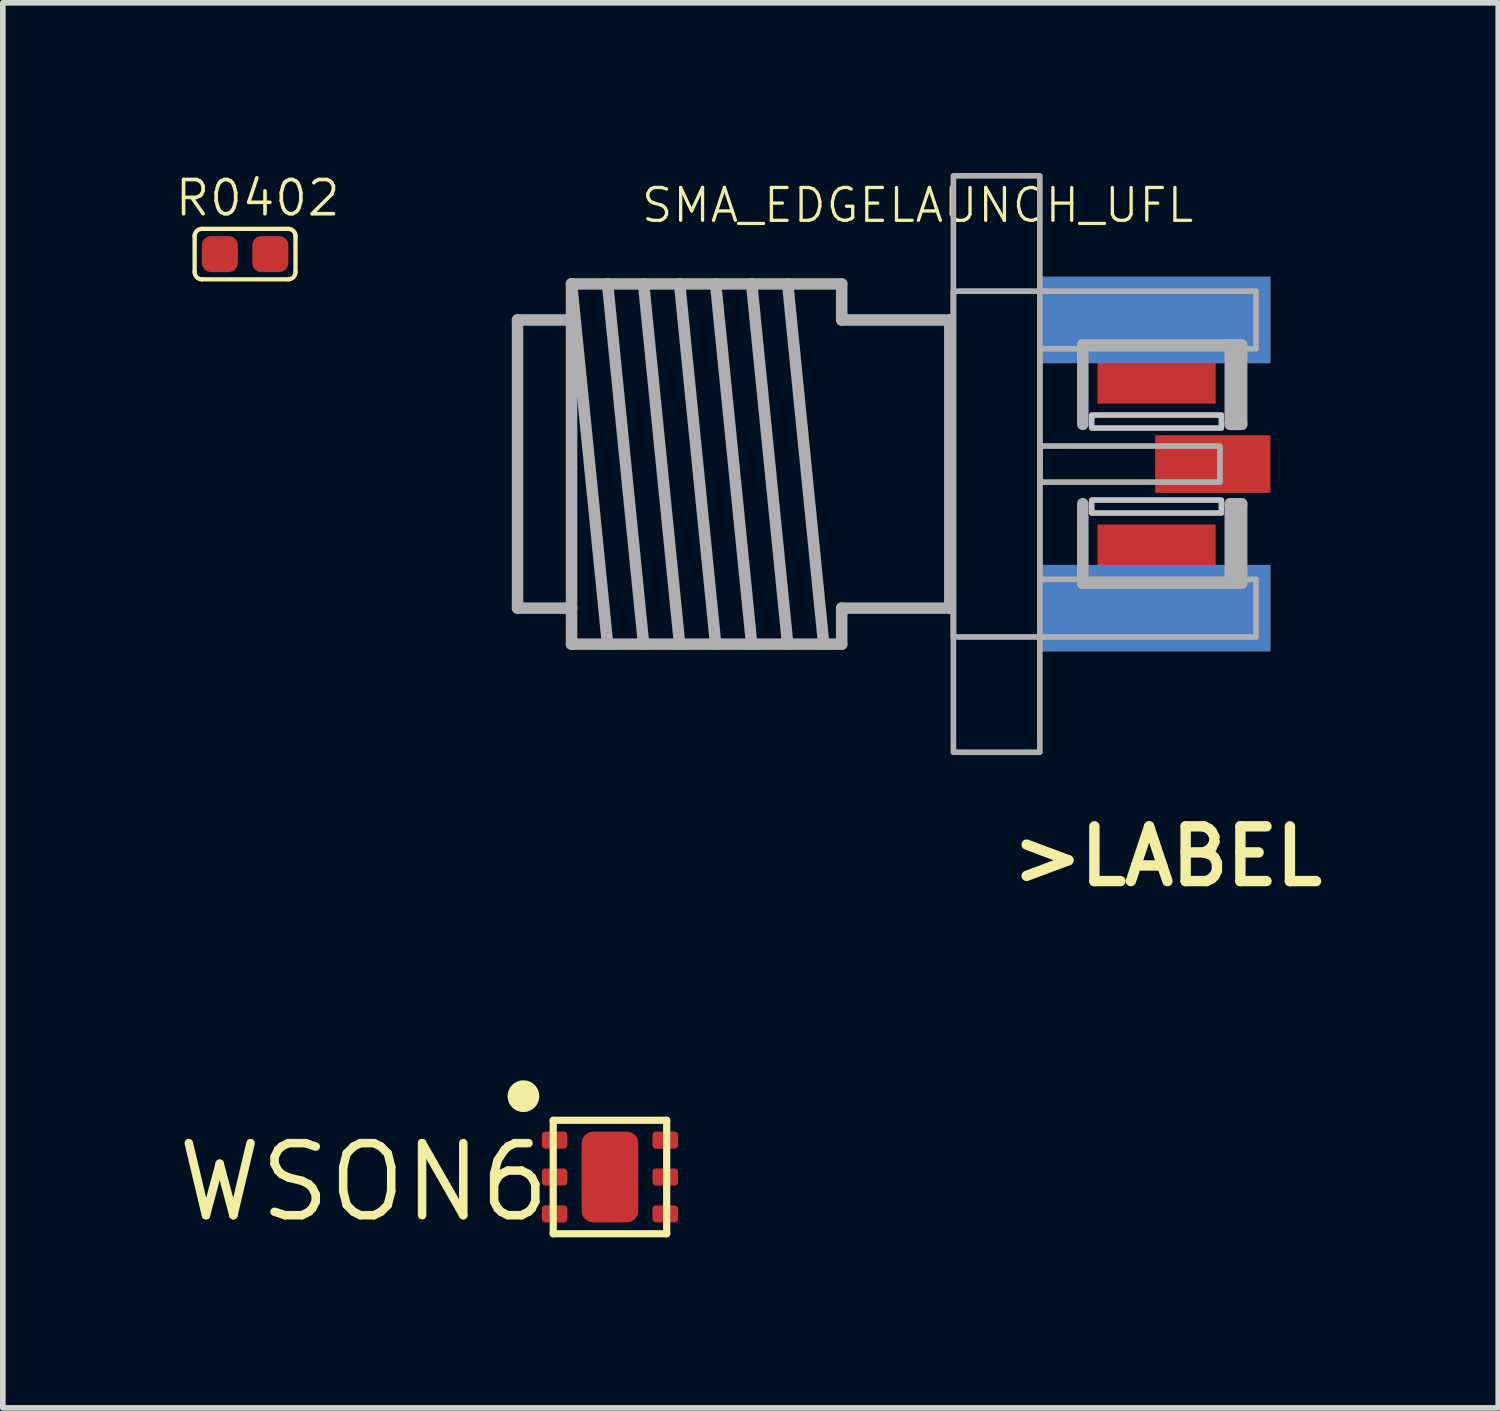
<source format=kicad_pcb>
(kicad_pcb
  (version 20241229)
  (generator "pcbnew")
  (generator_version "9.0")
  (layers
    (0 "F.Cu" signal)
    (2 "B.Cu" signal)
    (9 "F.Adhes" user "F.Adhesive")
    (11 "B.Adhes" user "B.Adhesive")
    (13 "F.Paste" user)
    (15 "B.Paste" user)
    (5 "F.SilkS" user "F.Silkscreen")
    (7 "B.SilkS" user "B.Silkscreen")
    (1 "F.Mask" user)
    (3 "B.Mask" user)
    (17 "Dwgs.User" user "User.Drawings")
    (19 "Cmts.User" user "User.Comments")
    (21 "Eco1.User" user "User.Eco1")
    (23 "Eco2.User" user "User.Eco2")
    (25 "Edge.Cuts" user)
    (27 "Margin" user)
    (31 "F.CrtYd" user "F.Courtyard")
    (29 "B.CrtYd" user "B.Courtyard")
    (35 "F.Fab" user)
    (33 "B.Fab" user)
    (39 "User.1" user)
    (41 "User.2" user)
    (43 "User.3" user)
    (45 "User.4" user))
  (footprint "WSON6"
    (layer "F.Cu")
    (at 6.727 17.048)
    (property "Reference" "WSON6" (at 0 0 0) (layer "F.SilkS") (effects (font (size 1.27 1.27) (thickness 0.15)) (justify right top)))
    (attr through_hole)
    (fp_line (start -0.025 1.65) (end -0.025 -0.35) (stroke (width 0.127) (type solid)) (layer "F.SilkS"))
    (fp_line (start 1.975 -0.35) (end -0.025 -0.35) (stroke (width 0.127) (type solid)) (layer "F.SilkS"))
    (fp_line (start 1.975 -0.35) (end 1.975 1.65) (stroke (width 0.127) (type solid)) (layer "F.SilkS"))
    (fp_line (start 1.975 1.65) (end -0.025 1.65) (stroke (width 0.127) (type solid)) (layer "F.SilkS"))
    (fp_circle (center -0.55 -0.775) (end -0.41 -0.775) (stroke (width 0.28) (type solid)) (fill no) (layer "F.SilkS"))
    (pad "P$1" smd roundrect (at 0 0) (size 0.45 0.3) (layers "F.Cu" "F.Mask" "F.Paste") (roundrect_rratio 0.2))
    (pad "P$2" smd roundrect (at 0 0.65) (size 0.45 0.3) (layers "F.Cu" "F.Mask" "F.Paste") (roundrect_rratio 0.2))
    (pad "P$3" smd roundrect (at 0 1.3) (size 0.45 0.3) (layers "F.Cu" "F.Mask" "F.Paste") (roundrect_rratio 0.2))
    (pad "P$4" smd roundrect (at 1.95 1.3) (size 0.45 0.3) (layers "F.Cu" "F.Mask" "F.Paste") (roundrect_rratio 0.2))
    (pad "P$5" smd roundrect (at 1.95 0.65) (size 0.45 0.3) (layers "F.Cu" "F.Mask" "F.Paste") (roundrect_rratio 0.2))
    (pad "P$6" smd roundrect (at 1.95 0) (size 0.45 0.3) (layers "F.Cu" "F.Mask" "F.Paste") (roundrect_rratio 0.2))
    (pad "PAD" smd roundrect (at 0.975 0.65 90) (size 1.6 1) (layers "F.Cu" "F.Mask" "F.Paste") (roundrect_rratio 0.2)))
  (footprint "SMA_EDGELAUNCH_UFL"
    (layer "F.Cu")
    (at 15.28 5.13)
    (property "Reference" "SMA_EDGELAUNCH_UFL" (at 2.75 -4.9 0) (layer "F.SilkS") (effects (font (size 0.579 0.579) (thickness 0.058)) (justify right top)))
    (attr through_hole)
    (fp_poly (pts (xy 1.016 -1.065) (xy 1.016 -3.175) (xy 3.099 -3.175) (xy 3.099 -1.065)) (stroke (width 0) (type solid)) (fill yes) (layer "F.Cu"))
    (fp_poly (pts (xy 3.099 1.065) (xy 3.099 3.175) (xy 1.016 3.175) (xy 1.016 1.065)) (stroke (width 0) (type solid)) (fill yes) (layer "F.Cu"))
    (fp_poly (pts (xy 0.889 -0.938) (xy 3.226 -0.938) (xy 3.226 -1.853) (xy 0.889 -1.853)) (stroke (width 0) (type solid)) (fill yes) (layer "F.Mask"))
    (fp_poly (pts (xy 3.226 0.938) (xy 0.889 0.938) (xy 0.889 1.853) (xy 3.226 1.853)) (stroke (width 0) (type solid)) (fill yes) (layer "F.Mask"))
    (fp_poly (pts (xy 0.991 -0.989) (xy 3.124 -0.989) (xy 3.124 -1.802) (xy 0.991 -1.802)) (stroke (width 0) (type solid)) (fill yes) (layer "F.Paste"))
    (fp_poly (pts (xy 3.124 0.989) (xy 0.991 0.989) (xy 0.991 1.802) (xy 3.124 1.802)) (stroke (width 0) (type solid)) (fill yes) (layer "F.Paste"))
    (fp_poly (pts (xy 3.2 0.483) (xy 3.962 0.483) (xy 3.962 -0.483) (xy 3.2 -0.483)) (stroke (width 0) (type solid)) (fill yes) (layer "F.Paste"))
    (fp_poly (pts (xy 0.914 -0.635) (xy 3.2 -0.635) (xy 3.2 -0.864) (xy 0.914 -0.864)) (stroke (width 0.1) (type solid)) (fill no) (layer "Dwgs.User"))
    (fp_poly (pts (xy 0.914 0.864) (xy 3.2 0.864) (xy 3.2 0.635) (xy 0.914 0.635)) (stroke (width 0.1) (type solid)) (fill no) (layer "Dwgs.User"))
    (fp_line (start -9.207 -2.54) (end -8.255 -2.54) (stroke (width 0.203) (type solid)) (layer "F.Fab"))
    (fp_line (start -9.207 2.54) (end -9.207 -2.54) (stroke (width 0.203) (type solid)) (layer "F.Fab"))
    (fp_line (start -8.255 -3.175) (end -7.62 -3.175) (stroke (width 0.203) (type solid)) (layer "F.Fab"))
    (fp_line (start -8.255 -3.175) (end -7.62 3.175) (stroke (width 0.203) (type solid)) (layer "F.Fab"))
    (fp_line (start -8.255 -2.54) (end -8.255 -3.175) (stroke (width 0.203) (type solid)) (layer "F.Fab"))
    (fp_line (start -8.255 -2.54) (end -8.255 2.54) (stroke (width 0.203) (type solid)) (layer "F.Fab"))
    (fp_line (start -8.255 2.54) (end -9.207 2.54) (stroke (width 0.203) (type solid)) (layer "F.Fab"))
    (fp_line (start -8.255 3.175) (end -8.255 2.54) (stroke (width 0.203) (type solid)) (layer "F.Fab"))
    (fp_line (start -7.62 -3.175) (end -6.985 -3.175) (stroke (width 0.203) (type solid)) (layer "F.Fab"))
    (fp_line (start -7.62 -3.175) (end -6.985 3.175) (stroke (width 0.203) (type solid)) (layer "F.Fab"))
    (fp_line (start -7.62 3.175) (end -8.255 3.175) (stroke (width 0.203) (type solid)) (layer "F.Fab"))
    (fp_line (start -6.985 -3.175) (end -6.35 -3.175) (stroke (width 0.203) (type solid)) (layer "F.Fab"))
    (fp_line (start -6.985 -3.175) (end -6.35 3.175) (stroke (width 0.203) (type solid)) (layer "F.Fab"))
    (fp_line (start -6.985 3.175) (end -7.62 3.175) (stroke (width 0.203) (type solid)) (layer "F.Fab"))
    (fp_line (start -6.35 -3.175) (end -5.715 -3.175) (stroke (width 0.203) (type solid)) (layer "F.Fab"))
    (fp_line (start -6.35 -3.175) (end -5.715 3.175) (stroke (width 0.203) (type solid)) (layer "F.Fab"))
    (fp_line (start -6.35 3.175) (end -6.985 3.175) (stroke (width 0.203) (type solid)) (layer "F.Fab"))
    (fp_line (start -5.715 -3.175) (end -5.08 -3.175) (stroke (width 0.203) (type solid)) (layer "F.Fab"))
    (fp_line (start -5.715 -3.175) (end -5.08 3.175) (stroke (width 0.203) (type solid)) (layer "F.Fab"))
    (fp_line (start -5.715 3.175) (end -6.35 3.175) (stroke (width 0.203) (type solid)) (layer "F.Fab"))
    (fp_line (start -5.08 -3.175) (end -4.445 -3.175) (stroke (width 0.203) (type solid)) (layer "F.Fab"))
    (fp_line (start -5.08 -3.175) (end -4.445 3.175) (stroke (width 0.203) (type solid)) (layer "F.Fab"))
    (fp_line (start -5.08 3.175) (end -5.715 3.175) (stroke (width 0.203) (type solid)) (layer "F.Fab"))
    (fp_line (start -4.445 -3.175) (end -3.81 3.175) (stroke (width 0.203) (type solid)) (layer "F.Fab"))
    (fp_line (start -4.445 -3.175) (end -3.493 -3.175) (stroke (width 0.203) (type solid)) (layer "F.Fab"))
    (fp_line (start -4.445 3.175) (end -5.08 3.175) (stroke (width 0.203) (type solid)) (layer "F.Fab"))
    (fp_line (start -3.493 -3.175) (end -3.493 -2.54) (stroke (width 0.203) (type solid)) (layer "F.Fab"))
    (fp_line (start -3.493 -2.54) (end -1.587 -2.54) (stroke (width 0.203) (type solid)) (layer "F.Fab"))
    (fp_line (start -3.493 2.54) (end -3.493 3.175) (stroke (width 0.203) (type solid)) (layer "F.Fab"))
    (fp_line (start -3.493 3.175) (end -4.445 3.175) (stroke (width 0.203) (type solid)) (layer "F.Fab"))
    (fp_line (start -1.587 -2.54) (end -1.587 2.54) (stroke (width 0.203) (type solid)) (layer "F.Fab"))
    (fp_line (start -1.587 2.54) (end -3.493 2.54) (stroke (width 0.203) (type solid)) (layer "F.Fab"))
    (fp_line (start 0.757 -0.7) (end 0.757 -2.1) (stroke (width 0.203) (type solid)) (layer "F.Fab"))
    (fp_line (start 0.757 2.1) (end 0.757 0.7) (stroke (width 0.203) (type solid)) (layer "F.Fab"))
    (fp_line (start 0.757 2.1) (end 3.357 2.1) (stroke (width 0.203) (type solid)) (layer "F.Fab"))
    (fp_line (start 3.357 -2.1) (end 0.757 -2.1) (stroke (width 0.203) (type solid)) (layer "F.Fab"))
    (fp_line (start 3.357 -0.7) (end 3.357 -2.1) (stroke (width 0.203) (type solid)) (layer "F.Fab"))
    (fp_line (start 3.357 2.1) (end 3.357 0.7) (stroke (width 0.203) (type solid)) (layer "F.Fab"))
    (fp_line (start 3.457 -0.7) (end 3.457 -2) (stroke (width 0.203) (type solid)) (layer "F.Fab"))
    (fp_line (start 3.457 2) (end 3.457 0.7) (stroke (width 0.203) (type solid)) (layer "F.Fab"))
    (fp_line (start 3.557 -2.1) (end 3.357 -2.1) (stroke (width 0.203) (type solid)) (layer "F.Fab"))
    (fp_line (start 3.557 -0.7) (end 3.357 -0.7) (stroke (width 0.203) (type solid)) (layer "F.Fab"))
    (fp_line (start 3.557 -0.7) (end 3.557 -2.1) (stroke (width 0.203) (type solid)) (layer "F.Fab"))
    (fp_line (start 3.557 0.7) (end 3.357 0.7) (stroke (width 0.203) (type solid)) (layer "F.Fab"))
    (fp_line (start 3.557 2.1) (end 3.357 2.1) (stroke (width 0.203) (type solid)) (layer "F.Fab"))
    (fp_line (start 3.557 2.1) (end 3.557 0.7) (stroke (width 0.203) (type solid)) (layer "F.Fab"))
    (fp_poly (pts (xy -1.524 -5.08) (xy 0 -5.08) (xy 0 5.08) (xy -1.524 5.08)) (stroke (width 0.1) (type solid)) (fill no) (layer "F.Fab"))
    (fp_poly (pts (xy 0 0.318) (xy 3.175 0.318) (xy 3.175 -0.318) (xy 0 -0.318)) (stroke (width 0.1) (type solid)) (fill no) (layer "F.Fab"))
    (fp_poly (pts (xy -1.524 -3.048) (xy 3.81 -3.048) (xy 3.81 -2.032) (xy 0 -2.032) (xy 0 2.032) (xy 3.81 2.032) (xy 3.81 3.048) (xy -1.524 3.048)) (stroke (width 0.1) (type solid)) (fill no) (layer "F.Fab"))
    (fp_text user ">LABEL" (at 5.08 6.35 0) (layer "F.SilkS") (effects (font (size 0.965 0.965) (thickness 0.183)) (justify right top)))
    (pad "GND@1" smd rect (at 2.032 2.54 90) (size 1.524 4.064) (layers "F.Cu" "F.Mask"))
    (pad "GND@2" smd rect (at 2.032 -2.54 90) (size 1.524 4.064) (layers "F.Cu" "F.Mask"))
    (pad "GND@3" smd rect (at 2.032 -2.54 90) (size 1.524 4.064) (layers "B.Cu" "B.Mask"))
    (pad "GND@4" smd rect (at 2.032 2.54 90) (size 1.524 4.064) (layers "B.Cu" "B.Mask"))
    (pad "P" smd rect (at 3.048 0 90) (size 1.016 2.032) (layers "F.Cu" "F.Mask")))
  (footprint "R0402"
    (layer "F.Cu")
    (at 1.27 1.429)
    (property "Reference" "R0402" (at -1.27 -0.635 0) (layer "F.SilkS") (effects (font (size 0.603 0.603) (thickness 0.064)) (justify left bottom)))
    (attr through_hole)
    (fp_line (start -0.889 0.318) (end -0.889 -0.318) (stroke (width 0.076) (type solid)) (layer "F.SilkS"))
    (fp_line (start -0.762 -0.445) (end 0.762 -0.445) (stroke (width 0.076) (type solid)) (layer "F.SilkS"))
    (fp_line (start 0.762 0.445) (end -0.762 0.445) (stroke (width 0.076) (type solid)) (layer "F.SilkS"))
    (fp_line (start 0.889 -0.318) (end 0.889 0.318) (stroke (width 0.076) (type solid)) (layer "F.SilkS"))
    (fp_arc (start -0.889 -0.3175) (mid -0.851803 -0.407303) (end -0.762 -0.4445) (stroke (width 0.0762) (type solid)) (layer "F.SilkS"))
    (fp_arc (start -0.762 0.4445) (mid -0.851803 0.407303) (end -0.889 0.3175) (stroke (width 0.0762) (type solid)) (layer "F.SilkS"))
    (fp_arc (start 0.762 -0.4445) (mid 0.851803 -0.407303) (end 0.889 -0.3175) (stroke (width 0.0762) (type solid)) (layer "F.SilkS"))
    (fp_arc (start 0.889 0.3175) (mid 0.851803 0.407303) (end 0.762 0.4445) (stroke (width 0.0762) (type solid)) (layer "F.SilkS"))
    (pad "1" smd roundrect (at -0.445 0) (size 0.635 0.635) (layers "F.Cu" "F.Mask" "F.Paste") (roundrect_rratio 0.25))
    (pad "2" smd roundrect (at 0.445 0) (size 0.635 0.635) (layers "F.Cu" "F.Mask" "F.Paste") (roundrect_rratio 0.25)))
  (gr_rect
    (start -3 -3)
    (end 23.36 21.768)
    (stroke (width 0.1) (type default))
    (fill no)
    (layer "Edge.Cuts")))
</source>
